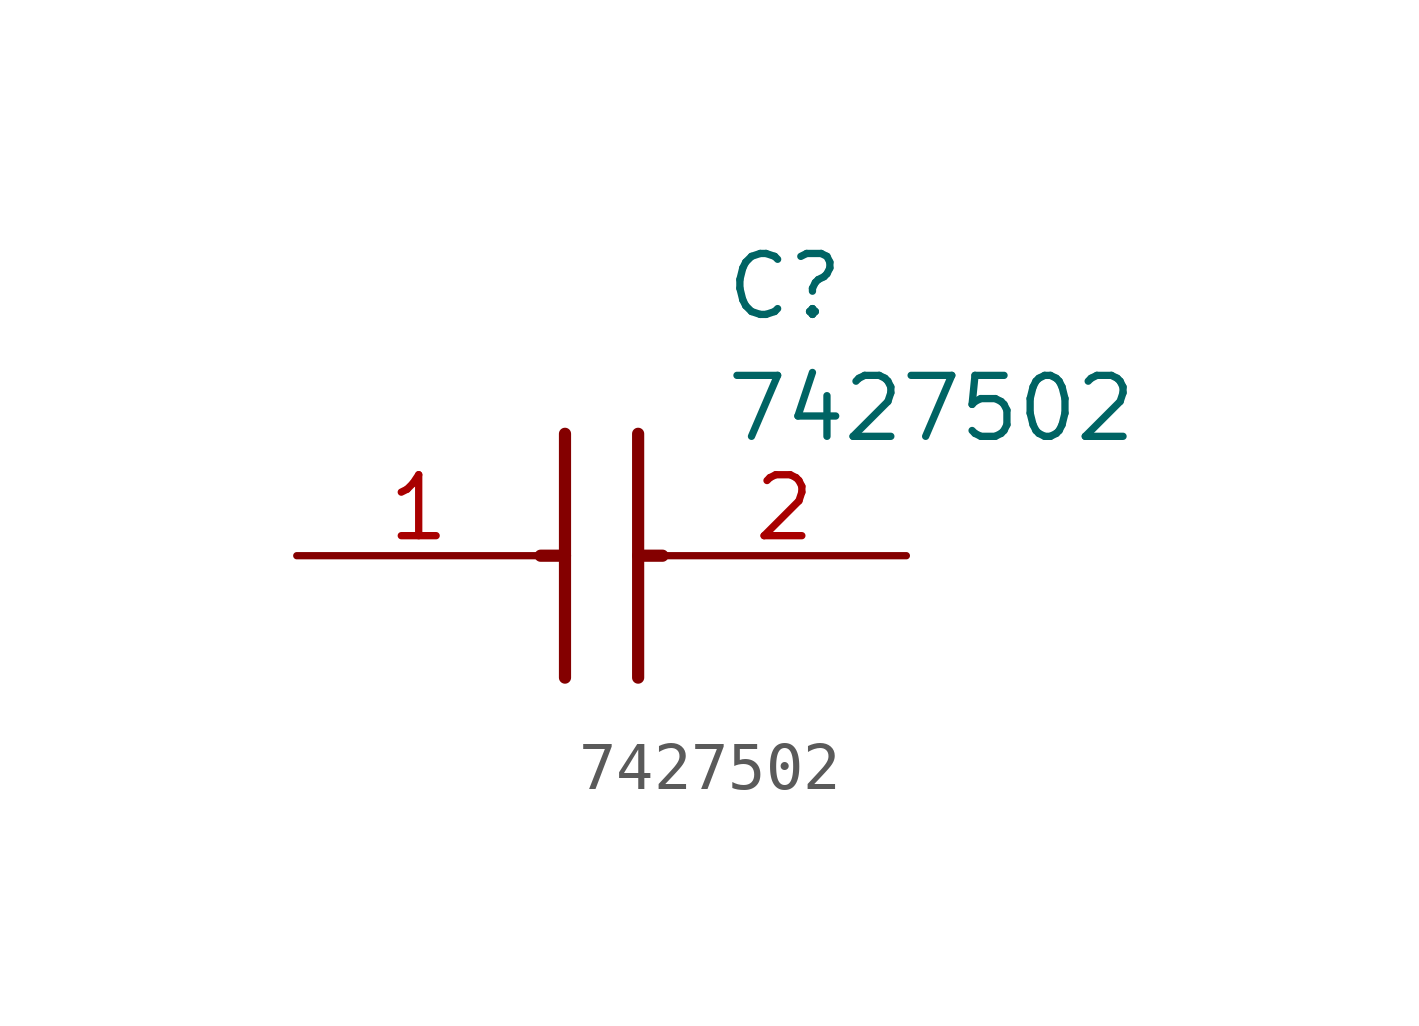
<source format=kicad_sym>
(kicad_symbol_lib
  (version 20211014)
  (generator SamacSys_ECAD_Model)
  (symbol "7427502"
    (pin_names hide)
    (property "Reference" "C"
      (at 8.89 6.35 0)
      (effects (font (size 1.27 1.27)) (justify left top)))
    (property "Value" "7427502"
      (at 8.89 3.81 0)
      (effects (font (size 1.27 1.27)) (justify left top)))
    (polyline
      (pts (xy 5.588 2.54) (xy 5.588 -2.54))
      (stroke (width 0.254) (type default))
      (fill (type none)))
    (polyline
      (pts (xy 7.112 2.54) (xy 7.112 -2.54))
      (stroke (width 0.254) (type default))
      (fill (type none)))
    (polyline
      (pts (xy 5.08 0) (xy 5.588 0))
      (stroke (width 0.254) (type default))
      (fill (type none)))
    (polyline
      (pts (xy 7.112 0) (xy 7.62 0))
      (stroke (width 0.254) (type default))
      (fill (type none)))
    (pin passive line
      (at 0 0 0)
      (length 5.08)
      (name "1" (effects (font (size 1.27 1.27))))
      (number "1" (effects (font (size 1.27 1.27)))))
    (pin passive line
      (at 12.7 0 180)
      (length 5.08)
      (name "2" (effects (font (size 1.27 1.27))))
      (number "2" (effects (font (size 1.27 1.27)))))))
</source>
